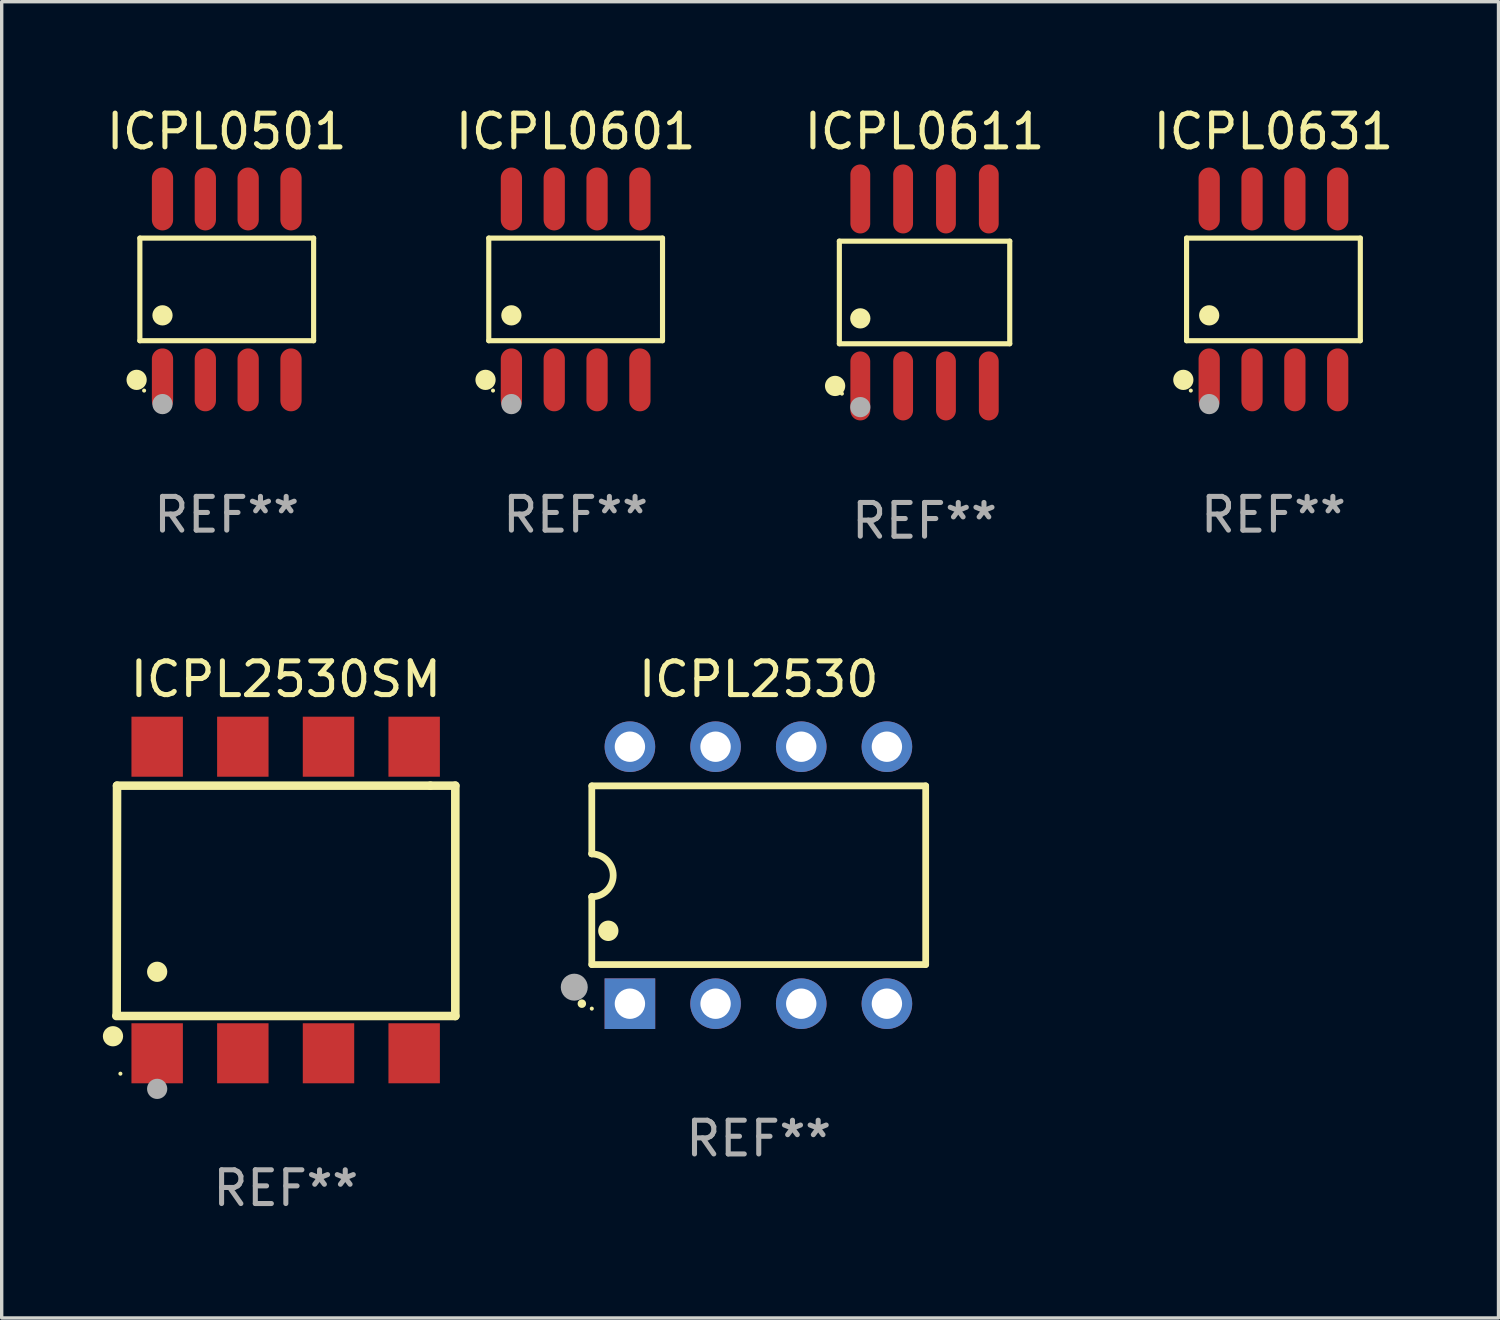
<source format=kicad_pcb>
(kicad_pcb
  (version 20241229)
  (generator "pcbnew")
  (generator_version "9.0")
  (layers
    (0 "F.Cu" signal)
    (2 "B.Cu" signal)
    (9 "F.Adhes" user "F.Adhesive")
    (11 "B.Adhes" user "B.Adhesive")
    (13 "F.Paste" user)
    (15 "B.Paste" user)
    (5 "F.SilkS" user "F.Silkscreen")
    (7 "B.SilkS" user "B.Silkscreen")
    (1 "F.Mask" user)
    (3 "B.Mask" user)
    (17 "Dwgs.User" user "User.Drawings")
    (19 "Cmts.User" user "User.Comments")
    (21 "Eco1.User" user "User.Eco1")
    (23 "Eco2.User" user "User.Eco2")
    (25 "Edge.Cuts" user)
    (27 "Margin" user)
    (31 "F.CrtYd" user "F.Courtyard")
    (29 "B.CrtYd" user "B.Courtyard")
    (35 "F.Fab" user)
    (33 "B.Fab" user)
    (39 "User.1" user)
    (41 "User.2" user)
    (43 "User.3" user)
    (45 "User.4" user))
  (footprint "ICPL2530"
    (layer "F.Cu")
    (at 19.447 22.9)
    (property "Reference" "ICPL2530" (at 0 -5.81 0) (layer "F.SilkS") (effects (font (size 1 1) (thickness 0.15))))
    (attr through_hole)
    (fp_line (start -4.95 -2.649) (end 4.95 -2.649) (stroke (width 0.2) (type solid)) (layer "F.SilkS"))
    (fp_line (start -4.95 -0.635) (end -4.95 -2.649) (stroke (width 0.2) (type solid)) (layer "F.SilkS"))
    (fp_line (start -4.95 0.635) (end -4.95 0.64) (stroke (width 0.2) (type solid)) (layer "F.SilkS"))
    (fp_line (start -4.95 2.649) (end -4.95 0.635) (stroke (width 0.2) (type solid)) (layer "F.SilkS"))
    (fp_line (start -4.95 -0.64) (end -4.95 -0.635) (stroke (width 0.2) (type solid)) (layer "F.SilkS"))
    (fp_line (start 4.95 -2.649) (end 4.95 2.649) (stroke (width 0.2) (type solid)) (layer "F.SilkS"))
    (fp_line (start 4.95 2.649) (end -4.95 2.649) (stroke (width 0.2) (type solid)) (layer "F.SilkS"))
    (fp_arc (start -5.24511 3.810008) (mid -5.245117 3.808738) (end -5.24511 3.807468) (stroke (width 0.25) (type solid)) (layer "F.SilkS"))
    (fp_arc (start -4.950165 -0.629997) (mid -4.315164 0.005004) (end -4.950165 0.640005) (stroke (width 0.2) (type solid)) (layer "F.SilkS"))
    (fp_arc (start -4.460249 1.651003) (mid -4.46026 1.648463) (end -4.460249 1.645923) (stroke (width 0.6) (type solid)) (layer "F.SilkS"))
    (fp_circle (center -4.95 3.956) (end -4.92 3.956) (stroke (width 0.06) (type solid)) (fill no) (layer "F.SilkS"))
    (fp_circle (center -5.47 3.32) (end -5.27 3.32) (stroke (width 0.4) (type solid)) (fill no) (layer "F.Fab"))
    (fp_text user "REF**" (at 0 7.81 0) (layer "F.Fab") (effects (font (size 1 1) (thickness 0.15))))
    (pad "1" thru_hole rect (at -3.82 3.81) (size 1.5 1.5) (drill 0.9) (layers "*.Cu" "*.Mask"))
    (pad "2" thru_hole circle (at -1.28 3.81) (size 1.5 1.5) (drill 0.9) (layers "*.Cu" "*.Mask"))
    (pad "3" thru_hole circle (at 1.26 3.81) (size 1.5 1.5) (drill 0.9) (layers "*.Cu" "*.Mask"))
    (pad "4" thru_hole circle (at 3.8 3.81) (size 1.5 1.5) (drill 0.9) (layers "*.Cu" "*.Mask"))
    (pad "5" thru_hole circle (at 3.8 -3.81) (size 1.5 1.5) (drill 0.9) (layers "*.Cu" "*.Mask"))
    (pad "6" thru_hole circle (at 1.26 -3.81) (size 1.5 1.5) (drill 0.9) (layers "*.Cu" "*.Mask"))
    (pad "7" thru_hole circle (at -1.28 -3.81) (size 1.5 1.5) (drill 0.9) (layers "*.Cu" "*.Mask"))
    (pad "8" thru_hole circle (at -3.82 -3.81) (size 1.5 1.5) (drill 0.9) (layers "*.Cu" "*.Mask")))
  (footprint "ICPL2530SM"
    (layer "F.Cu")
    (at 5.425 23.635)
    (property "Reference" "ICPL2530SM" (at 0 -6.545 0) (layer "F.SilkS") (effects (font (size 1 1) (thickness 0.15))))
    (attr through_hole)
    (fp_line (start -5.005 -3.39) (end -5.015 3.42) (stroke (width 0.254) (type solid)) (layer "F.SilkS"))
    (fp_line (start 4.285 -3.39) (end -5.005 -3.39) (stroke (width 0.254) (type solid)) (layer "F.SilkS"))
    (fp_line (start 4.285 -3.39) (end 5.025 -3.39) (stroke (width 0.254) (type solid)) (layer "F.SilkS"))
    (fp_line (start 5.025 -3.39) (end 5.025 3.44) (stroke (width 0.254) (type solid)) (layer "F.SilkS"))
    (fp_line (start 5.025 3.44) (end -5.025 3.44) (stroke (width 0.254) (type solid)) (layer "F.SilkS"))
    (fp_circle (center -5.125 4.04) (end -4.975 4.04) (stroke (width 0.3) (type solid)) (fill no) (layer "F.SilkS"))
    (fp_circle (center -4.905 5.15) (end -4.875 5.15) (stroke (width 0.06) (type solid)) (fill no) (layer "F.SilkS"))
    (fp_circle (center -3.815 2.129) (end -3.665 2.129) (stroke (width 0.3) (type solid)) (fill no) (layer "F.SilkS"))
    (fp_circle (center -3.815 5.6) (end -3.665 5.6) (stroke (width 0.3) (type solid)) (fill no) (layer "F.Fab"))
    (fp_text user "REF**" (at 0 8.545 0) (layer "F.Fab") (effects (font (size 1 1) (thickness 0.15))))
    (pad "1" smd rect (at -3.815 4.545) (size 1.525 1.78) (layers "F.Cu" "F.Mask" "F.Paste"))
    (pad "2" smd rect (at -1.275 4.545) (size 1.525 1.78) (layers "F.Cu" "F.Mask" "F.Paste"))
    (pad "3" smd rect (at 1.265 4.545) (size 1.525 1.78) (layers "F.Cu" "F.Mask" "F.Paste"))
    (pad "4" smd rect (at 3.805 4.545) (size 1.525 1.78) (layers "F.Cu" "F.Mask" "F.Paste"))
    (pad "5" smd rect (at 3.805 -4.545) (size 1.525 1.78) (layers "F.Cu" "F.Mask" "F.Paste"))
    (pad "6" smd rect (at 1.265 -4.545) (size 1.525 1.78) (layers "F.Cu" "F.Mask" "F.Paste"))
    (pad "7" smd rect (at -1.275 -4.545) (size 1.525 1.78) (layers "F.Cu" "F.Mask" "F.Paste"))
    (pad "8" smd rect (at -3.815 -4.545) (size 1.525 1.78) (layers "F.Cu" "F.Mask" "F.Paste")))
  (footprint "ICPL0601"
    (layer "F.Cu")
    (at 14.018 5.531)
    (property "Reference" "ICPL0601" (at 0 -4.682 0) (layer "F.SilkS") (effects (font (size 1 1) (thickness 0.15))))
    (attr through_hole)
    (fp_line (start -2.576 -1.521) (end 2.576 -1.521) (stroke (width 0.152) (type solid)) (layer "F.SilkS"))
    (fp_line (start -2.576 1.521) (end -2.576 -1.521) (stroke (width 0.152) (type solid)) (layer "F.SilkS"))
    (fp_line (start 2.576 -1.521) (end 2.576 1.521) (stroke (width 0.152) (type solid)) (layer "F.SilkS"))
    (fp_line (start 2.576 1.521) (end -2.576 1.521) (stroke (width 0.152) (type solid)) (layer "F.SilkS"))
    (fp_circle (center -2.672 2.682) (end -2.522 2.682) (stroke (width 0.3) (type solid)) (fill no) (layer "F.SilkS"))
    (fp_circle (center -2.45 3) (end -2.42 3) (stroke (width 0.06) (type solid)) (fill no) (layer "F.SilkS"))
    (fp_circle (center -1.905 0.769) (end -1.755 0.769) (stroke (width 0.3) (type solid)) (fill no) (layer "F.SilkS"))
    (fp_circle (center -1.905 3.4) (end -1.755 3.4) (stroke (width 0.3) (type solid)) (fill no) (layer "F.Fab"))
    (fp_text user "REF**" (at 0 6.682 0) (layer "F.Fab") (effects (font (size 1 1) (thickness 0.15))))
    (pad "1" smd oval (at -1.905 2.682) (size 0.63 1.865) (layers "F.Cu" "F.Mask" "F.Paste"))
    (pad "2" smd oval (at -0.635 2.682) (size 0.63 1.865) (layers "F.Cu" "F.Mask" "F.Paste"))
    (pad "3" smd oval (at 0.635 2.682) (size 0.63 1.865) (layers "F.Cu" "F.Mask" "F.Paste"))
    (pad "4" smd oval (at 1.905 2.682) (size 0.63 1.865) (layers "F.Cu" "F.Mask" "F.Paste"))
    (pad "5" smd oval (at 1.905 -2.682) (size 0.63 1.865) (layers "F.Cu" "F.Mask" "F.Paste"))
    (pad "6" smd oval (at 0.635 -2.682) (size 0.63 1.865) (layers "F.Cu" "F.Mask" "F.Paste"))
    (pad "7" smd oval (at -0.635 -2.682) (size 0.63 1.865) (layers "F.Cu" "F.Mask" "F.Paste"))
    (pad "8" smd oval (at -1.905 -2.682) (size 0.63 1.865) (layers "F.Cu" "F.Mask" "F.Paste")))
  (footprint "ICPL0501"
    (layer "F.Cu")
    (at 3.673 5.531)
    (property "Reference" "ICPL0501" (at 0 -4.682 0) (layer "F.SilkS") (effects (font (size 1 1) (thickness 0.15))))
    (attr through_hole)
    (fp_line (start -2.576 -1.521) (end 2.576 -1.521) (stroke (width 0.152) (type solid)) (layer "F.SilkS"))
    (fp_line (start -2.576 1.521) (end -2.576 -1.521) (stroke (width 0.152) (type solid)) (layer "F.SilkS"))
    (fp_line (start 2.576 -1.521) (end 2.576 1.521) (stroke (width 0.152) (type solid)) (layer "F.SilkS"))
    (fp_line (start 2.576 1.521) (end -2.576 1.521) (stroke (width 0.152) (type solid)) (layer "F.SilkS"))
    (fp_circle (center -2.672 2.682) (end -2.522 2.682) (stroke (width 0.3) (type solid)) (fill no) (layer "F.SilkS"))
    (fp_circle (center -2.45 3) (end -2.42 3) (stroke (width 0.06) (type solid)) (fill no) (layer "F.SilkS"))
    (fp_circle (center -1.905 0.769) (end -1.755 0.769) (stroke (width 0.3) (type solid)) (fill no) (layer "F.SilkS"))
    (fp_circle (center -1.905 3.4) (end -1.755 3.4) (stroke (width 0.3) (type solid)) (fill no) (layer "F.Fab"))
    (fp_text user "REF**" (at 0 6.682 0) (layer "F.Fab") (effects (font (size 1 1) (thickness 0.15))))
    (pad "1" smd oval (at -1.905 2.682) (size 0.63 1.865) (layers "F.Cu" "F.Mask" "F.Paste"))
    (pad "2" smd oval (at -0.635 2.682) (size 0.63 1.865) (layers "F.Cu" "F.Mask" "F.Paste"))
    (pad "3" smd oval (at 0.635 2.682) (size 0.63 1.865) (layers "F.Cu" "F.Mask" "F.Paste"))
    (pad "4" smd oval (at 1.905 2.682) (size 0.63 1.865) (layers "F.Cu" "F.Mask" "F.Paste"))
    (pad "5" smd oval (at 1.905 -2.682) (size 0.63 1.865) (layers "F.Cu" "F.Mask" "F.Paste"))
    (pad "6" smd oval (at 0.635 -2.682) (size 0.63 1.865) (layers "F.Cu" "F.Mask" "F.Paste"))
    (pad "7" smd oval (at -0.635 -2.682) (size 0.63 1.865) (layers "F.Cu" "F.Mask" "F.Paste"))
    (pad "8" smd oval (at -1.905 -2.682) (size 0.63 1.865) (layers "F.Cu" "F.Mask" "F.Paste")))
  (footprint "ICPL0611"
    (layer "F.Cu")
    (at 24.363 5.621)
    (property "Reference" "ICPL0611" (at 0 -4.772 0) (layer "F.SilkS") (effects (font (size 1 1) (thickness 0.15))))
    (attr through_hole)
    (fp_line (start -2.526 -1.521) (end 2.526 -1.521) (stroke (width 0.152) (type solid)) (layer "F.SilkS"))
    (fp_line (start -2.526 1.521) (end -2.526 -1.521) (stroke (width 0.152) (type solid)) (layer "F.SilkS"))
    (fp_line (start 2.526 -1.521) (end 2.526 1.521) (stroke (width 0.152) (type solid)) (layer "F.SilkS"))
    (fp_line (start 2.526 1.521) (end -2.526 1.521) (stroke (width 0.152) (type solid)) (layer "F.SilkS"))
    (fp_circle (center -2.652 2.772) (end -2.501 2.772) (stroke (width 0.3) (type solid)) (fill no) (layer "F.SilkS"))
    (fp_circle (center -2.45 3) (end -2.42 3) (stroke (width 0.06) (type solid)) (fill no) (layer "F.SilkS"))
    (fp_circle (center -1.905 0.769) (end -1.755 0.769) (stroke (width 0.3) (type solid)) (fill no) (layer "F.SilkS"))
    (fp_circle (center -1.905 3.4) (end -1.755 3.4) (stroke (width 0.3) (type solid)) (fill no) (layer "F.Fab"))
    (fp_text user "REF**" (at 0 6.772 0) (layer "F.Fab") (effects (font (size 1 1) (thickness 0.15))))
    (pad "1" smd oval (at -1.905 2.772) (size 0.588 2.045) (layers "F.Cu" "F.Mask" "F.Paste"))
    (pad "2" smd oval (at -0.635 2.772) (size 0.588 2.045) (layers "F.Cu" "F.Mask" "F.Paste"))
    (pad "3" smd oval (at 0.635 2.772) (size 0.588 2.045) (layers "F.Cu" "F.Mask" "F.Paste"))
    (pad "4" smd oval (at 1.905 2.772) (size 0.588 2.045) (layers "F.Cu" "F.Mask" "F.Paste"))
    (pad "5" smd oval (at 1.905 -2.772) (size 0.588 2.045) (layers "F.Cu" "F.Mask" "F.Paste"))
    (pad "6" smd oval (at 0.635 -2.772) (size 0.588 2.045) (layers "F.Cu" "F.Mask" "F.Paste"))
    (pad "7" smd oval (at -0.635 -2.772) (size 0.588 2.045) (layers "F.Cu" "F.Mask" "F.Paste"))
    (pad "8" smd oval (at -1.905 -2.772) (size 0.588 2.045) (layers "F.Cu" "F.Mask" "F.Paste")))
  (footprint "ICPL0631"
    (layer "F.Cu")
    (at 34.708 5.531)
    (property "Reference" "ICPL0631" (at 0 -4.682 0) (layer "F.SilkS") (effects (font (size 1 1) (thickness 0.15))))
    (attr through_hole)
    (fp_line (start -2.576 -1.521) (end 2.576 -1.521) (stroke (width 0.152) (type solid)) (layer "F.SilkS"))
    (fp_line (start -2.576 1.521) (end -2.576 -1.521) (stroke (width 0.152) (type solid)) (layer "F.SilkS"))
    (fp_line (start 2.576 -1.521) (end 2.576 1.521) (stroke (width 0.152) (type solid)) (layer "F.SilkS"))
    (fp_line (start 2.576 1.521) (end -2.576 1.521) (stroke (width 0.152) (type solid)) (layer "F.SilkS"))
    (fp_circle (center -2.672 2.682) (end -2.522 2.682) (stroke (width 0.3) (type solid)) (fill no) (layer "F.SilkS"))
    (fp_circle (center -2.45 3) (end -2.42 3) (stroke (width 0.06) (type solid)) (fill no) (layer "F.SilkS"))
    (fp_circle (center -1.905 0.769) (end -1.755 0.769) (stroke (width 0.3) (type solid)) (fill no) (layer "F.SilkS"))
    (fp_circle (center -1.905 3.4) (end -1.755 3.4) (stroke (width 0.3) (type solid)) (fill no) (layer "F.Fab"))
    (fp_text user "REF**" (at 0 6.682 0) (layer "F.Fab") (effects (font (size 1 1) (thickness 0.15))))
    (pad "1" smd oval (at -1.905 2.682) (size 0.63 1.865) (layers "F.Cu" "F.Mask" "F.Paste"))
    (pad "2" smd oval (at -0.635 2.682) (size 0.63 1.865) (layers "F.Cu" "F.Mask" "F.Paste"))
    (pad "3" smd oval (at 0.635 2.682) (size 0.63 1.865) (layers "F.Cu" "F.Mask" "F.Paste"))
    (pad "4" smd oval (at 1.905 2.682) (size 0.63 1.865) (layers "F.Cu" "F.Mask" "F.Paste"))
    (pad "5" smd oval (at 1.905 -2.682) (size 0.63 1.865) (layers "F.Cu" "F.Mask" "F.Paste"))
    (pad "6" smd oval (at 0.635 -2.682) (size 0.63 1.865) (layers "F.Cu" "F.Mask" "F.Paste"))
    (pad "7" smd oval (at -0.635 -2.682) (size 0.63 1.865) (layers "F.Cu" "F.Mask" "F.Paste"))
    (pad "8" smd oval (at -1.905 -2.682) (size 0.63 1.865) (layers "F.Cu" "F.Mask" "F.Paste")))
  (gr_rect
    (start -3 -3)
    (end 41.381 36.028)
    (stroke (width 0.1) (type default))
    (fill no)
    (layer "Edge.Cuts")))
</source>
